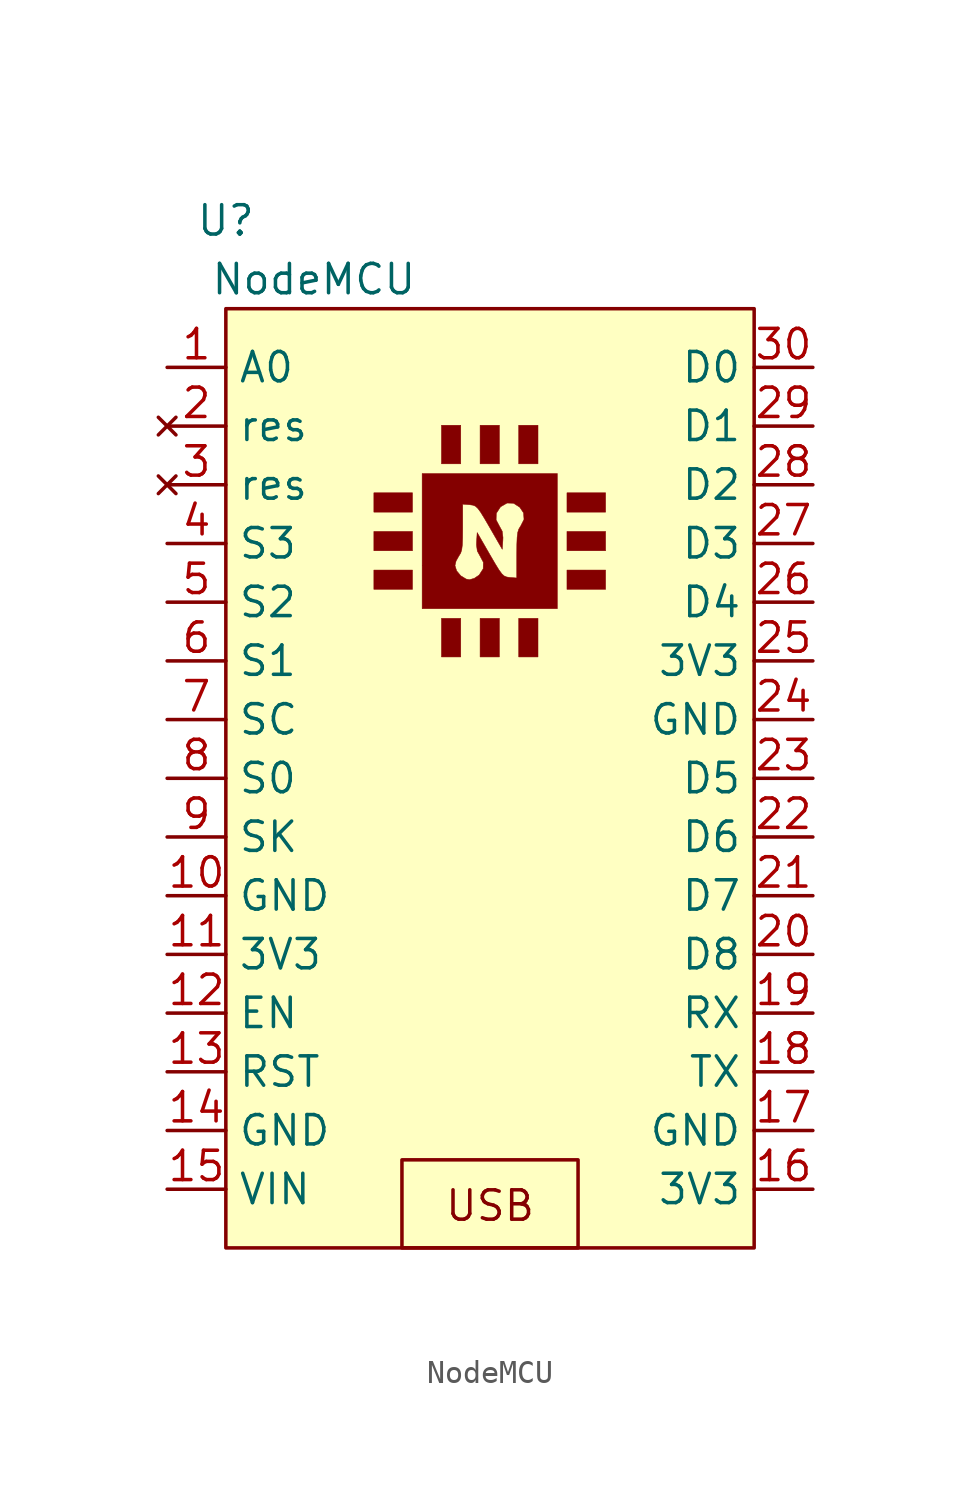
<source format=kicad_sym>
(kicad_symbol_lib
  (version 20220914)
  (generator kicad_symbol_editor)
  (symbol "NodeMCU"
    (property "Reference" "U"
      (at -11.43 24.13 0)
      (effects (font (size 1.27 1.27))))
    (property "Value" "NodeMCU"
      (at -7.62 21.59 0)
      (effects (font (size 1.27 1.27))))
    (symbol "NodeMCU_0_0"
      (polyline (pts (xy -3.354 8.593) (xy -3.354 9.011) (xy -4.189 9.011) (xy -5.025 9.011) (xy -5.025 8.593) (xy -5.025 8.175) (xy -4.189 8.175) (xy -3.354 8.175) (xy -3.354 8.593)) (stroke (width 0.01) (type default)) (fill (type outline)))
      (polyline (pts (xy -3.354 10.264) (xy -3.354 10.682) (xy -4.189 10.682) (xy -5.025 10.682) (xy -5.025 10.264) (xy -5.025 9.846) (xy -4.189 9.846) (xy -3.354 9.846) (xy -3.354 10.264)) (stroke (width 0.01) (type default)) (fill (type outline)))
      (polyline (pts (xy -3.354 11.935) (xy -3.354 12.353) (xy -4.189 12.353) (xy -5.025 12.353) (xy -5.025 11.935) (xy -5.025 11.517) (xy -4.189 11.517) (xy -3.354 11.517) (xy -3.354 11.935)) (stroke (width 0.01) (type default)) (fill (type outline)))
      (polyline (pts (xy -1.265 6.087) (xy -1.265 6.922) (xy -1.683 6.922) (xy -2.1 6.922) (xy -2.1 6.087) (xy -2.1 5.251) (xy -1.683 5.251) (xy -1.265 5.251) (xy -1.265 6.087)) (stroke (width 0.01) (type default)) (fill (type outline)))
      (polyline (pts (xy -1.265 14.442) (xy -1.265 15.277) (xy -1.683 15.277) (xy -2.1 15.277) (xy -2.1 14.442) (xy -2.1 13.606) (xy -1.683 13.606) (xy -1.265 13.606) (xy -1.265 14.442)) (stroke (width 0.01) (type default)) (fill (type outline)))
      (polyline (pts (xy 0.406 6.087) (xy 0.406 6.922) (xy -0.012 6.922) (xy -0.429 6.922) (xy -0.429 6.087) (xy -0.429 5.251) (xy -0.012 5.251) (xy 0.406 5.251) (xy 0.406 6.087)) (stroke (width 0.01) (type default)) (fill (type outline)))
      (polyline (pts (xy 0.406 14.442) (xy 0.406 15.277) (xy -0.012 15.277) (xy -0.429 15.277) (xy -0.429 14.442) (xy -0.429 13.606) (xy -0.012 13.606) (xy 0.406 13.606) (xy 0.406 14.442)) (stroke (width 0.01) (type default)) (fill (type outline)))
      (polyline (pts (xy 2.077 6.087) (xy 2.077 6.922) (xy 1.659 6.922) (xy 1.242 6.922) (xy 1.242 6.087) (xy 1.242 5.251) (xy 1.659 5.251) (xy 2.077 5.251) (xy 2.077 6.087)) (stroke (width 0.01) (type default)) (fill (type outline)))
      (polyline (pts (xy 2.077 14.442) (xy 2.077 15.277) (xy 1.659 15.277) (xy 1.242 15.277) (xy 1.242 14.442) (xy 1.242 13.606) (xy 1.659 13.606) (xy 2.077 13.606) (xy 2.077 14.442)) (stroke (width 0.01) (type default)) (fill (type outline)))
      (polyline (pts (xy 5.002 8.593) (xy 5.002 9.011) (xy 4.166 9.011) (xy 3.33 9.011) (xy 3.33 8.593) (xy 3.33 8.175) (xy 4.166 8.175) (xy 5.002 8.175) (xy 5.002 8.593)) (stroke (width 0.01) (type default)) (fill (type outline)))
      (polyline (pts (xy 5.002 10.264) (xy 5.002 10.682) (xy 4.166 10.682) (xy 3.33 10.682) (xy 3.33 10.264) (xy 3.33 9.846) (xy 4.166 9.846) (xy 5.002 9.846) (xy 5.002 10.264)) (stroke (width 0.01) (type default)) (fill (type outline)))
      (polyline (pts (xy 5.002 11.935) (xy 5.002 12.353) (xy 4.166 12.353) (xy 3.33 12.353) (xy 3.33 11.935) (xy 3.33 11.517) (xy 4.166 11.517) (xy 5.002 11.517) (xy 5.002 11.935)) (stroke (width 0.01) (type default)) (fill (type outline)))
      (polyline (pts (xy 2.913 10.264) (xy 2.913 13.188) (xy -0.012 13.188) (xy -2.936 13.188) (xy -2.936 10.264) (xy -2.936 9.205) (xy -1.516 9.205) (xy -1.468 9.404) (xy -1.348 9.618) (xy -1.337 9.634) (xy -1.268 9.746) (xy -1.223 9.889) (xy -1.197 10.098) (xy -1.185 10.405) (xy -1.181 10.846) (xy -1.181 11.862) (xy -0.872 11.836) (xy -0.864 11.835) (xy -0.737 11.817) (xy -0.631 11.774) (xy -0.528 11.68) (xy -0.404 11.512) (xy -0.241 11.247) (xy -0.016 10.86) (xy 0.531 9.909) (xy 0.557 10.297) (xy 0.562 10.417) (xy 0.528 10.689) (xy 0.411 10.904) (xy 0.265 11.181) (xy 0.272 11.464) (xy 0.444 11.73) (xy 0.47 11.755) (xy 0.74 11.91) (xy 1.02 11.901) (xy 1.287 11.73) (xy 1.452 11.484) (xy 1.472 11.201) (xy 1.325 10.91) (xy 1.313 10.894) (xy 1.245 10.782) (xy 1.2 10.639) (xy 1.174 10.43) (xy 1.161 10.123) (xy 1.158 9.682) (xy 1.158 8.666) (xy 0.853 8.692) (xy 0.845 8.693) (xy 0.718 8.711) (xy 0.614 8.755) (xy 0.51 8.85) (xy 0.386 9.02) (xy 0.222 9.287) (xy -0.004 9.675) (xy -0.555 10.633) (xy -0.58 10.238) (xy -0.585 10.101) (xy -0.55 9.835) (xy -0.434 9.624) (xy -0.288 9.348) (xy -0.295 9.064) (xy -0.467 8.798) (xy -0.474 8.791) (xy -0.681 8.651) (xy -0.889 8.593) (xy -1.032 8.621) (xy -1.264 8.762) (xy -1.443 8.975) (xy -1.516 9.205) (xy -2.936 9.205) (xy -2.936 7.34) (xy -0.012 7.34) (xy 2.913 7.34) (xy 2.913 10.264)) (stroke (width 0.01) (type default)) (fill (type outline))))
    (symbol "NodeMCU_1_1"
      (rectangle (start -11.43 20.32) (end 11.43 -20.32) (stroke (width 0) (type default)) (fill (type background)))
      (rectangle (start -3.81 -16.51) (end 3.81 -20.32) (stroke (width 0) (type default)) (fill (type none)))
      (text "USB" (at 0.002 -18.496 0) (effects (font (size 1.27 1.27))))
      (pin bidirectional line (at -13.97 17.78 0) (length 2.54) (name "A0" (effects (font (size 1.27 1.27)))) (number "1" (effects (font (size 1.27 1.27)))))
      (pin power_out line (at -13.97 -5.08 0) (length 2.54) (name "GND" (effects (font (size 1.27 1.27)))) (number "10" (effects (font (size 1.27 1.27)))))
      (pin power_out line (at -13.97 -7.62 0) (length 2.54) (name "3V3" (effects (font (size 1.27 1.27)))) (number "11" (effects (font (size 1.27 1.27)))))
      (pin bidirectional line (at -13.97 -10.16 0) (length 2.54) (name "EN" (effects (font (size 1.27 1.27)))) (number "12" (effects (font (size 1.27 1.27)))))
      (pin bidirectional line (at -13.97 -12.7 0) (length 2.54) (name "RST" (effects (font (size 1.27 1.27)))) (number "13" (effects (font (size 1.27 1.27)))))
      (pin power_out line (at -13.97 -15.24 0) (length 2.54) (name "GND" (effects (font (size 1.27 1.27)))) (number "14" (effects (font (size 1.27 1.27)))))
      (pin power_in line (at -13.97 -17.78 0) (length 2.54) (name "VIN" (effects (font (size 1.27 1.27)))) (number "15" (effects (font (size 1.27 1.27)))))
      (pin power_out line (at 13.97 -17.78 180) (length 2.54) (name "3V3" (effects (font (size 1.27 1.27)))) (number "16" (effects (font (size 1.27 1.27)))))
      (pin power_out line (at 13.97 -15.24 180) (length 2.54) (name "GND" (effects (font (size 1.27 1.27)))) (number "17" (effects (font (size 1.27 1.27)))))
      (pin bidirectional line (at 13.97 -12.7 180) (length 2.54) (name "TX" (effects (font (size 1.27 1.27)))) (number "18" (effects (font (size 1.27 1.27)))))
      (pin bidirectional line (at 13.97 -10.16 180) (length 2.54) (name "RX" (effects (font (size 1.27 1.27)))) (number "19" (effects (font (size 1.27 1.27)))))
      (pin no_connect line (at -13.97 15.24 0) (length 2.54) (name "res" (effects (font (size 1.27 1.27)))) (number "2" (effects (font (size 1.27 1.27)))))
      (pin bidirectional line (at 13.97 -7.62 180) (length 2.54) (name "D8" (effects (font (size 1.27 1.27)))) (number "20" (effects (font (size 1.27 1.27)))))
      (pin bidirectional line (at 13.97 -5.08 180) (length 2.54) (name "D7" (effects (font (size 1.27 1.27)))) (number "21" (effects (font (size 1.27 1.27)))))
      (pin bidirectional line (at 13.97 -2.54 180) (length 2.54) (name "D6" (effects (font (size 1.27 1.27)))) (number "22" (effects (font (size 1.27 1.27)))))
      (pin bidirectional line (at 13.97 0 180) (length 2.54) (name "D5" (effects (font (size 1.27 1.27)))) (number "23" (effects (font (size 1.27 1.27)))))
      (pin power_out line (at 13.97 2.54 180) (length 2.54) (name "GND" (effects (font (size 1.27 1.27)))) (number "24" (effects (font (size 1.27 1.27)))))
      (pin power_out line (at 13.97 5.08 180) (length 2.54) (name "3V3" (effects (font (size 1.27 1.27)))) (number "25" (effects (font (size 1.27 1.27)))))
      (pin bidirectional line (at 13.97 7.62 180) (length 2.54) (name "D4" (effects (font (size 1.27 1.27)))) (number "26" (effects (font (size 1.27 1.27)))))
      (pin bidirectional line (at 13.97 10.16 180) (length 2.54) (name "D3" (effects (font (size 1.27 1.27)))) (number "27" (effects (font (size 1.27 1.27)))))
      (pin bidirectional line (at 13.97 12.7 180) (length 2.54) (name "D2" (effects (font (size 1.27 1.27)))) (number "28" (effects (font (size 1.27 1.27)))))
      (pin bidirectional line (at 13.97 15.24 180) (length 2.54) (name "D1" (effects (font (size 1.27 1.27)))) (number "29" (effects (font (size 1.27 1.27)))))
      (pin no_connect line (at -13.97 12.7 0) (length 2.54) (name "res" (effects (font (size 1.27 1.27)))) (number "3" (effects (font (size 1.27 1.27)))))
      (pin bidirectional line (at 13.97 17.78 180) (length 2.54) (name "D0" (effects (font (size 1.27 1.27)))) (number "30" (effects (font (size 1.27 1.27)))))
      (pin bidirectional line (at -13.97 10.16 0) (length 2.54) (name "S3" (effects (font (size 1.27 1.27)))) (number "4" (effects (font (size 1.27 1.27)))))
      (pin bidirectional line (at -13.97 7.62 0) (length 2.54) (name "S2" (effects (font (size 1.27 1.27)))) (number "5" (effects (font (size 1.27 1.27)))))
      (pin bidirectional line (at -13.97 5.08 0) (length 2.54) (name "S1" (effects (font (size 1.27 1.27)))) (number "6" (effects (font (size 1.27 1.27)))))
      (pin bidirectional line (at -13.97 2.54 0) (length 2.54) (name "SC" (effects (font (size 1.27 1.27)))) (number "7" (effects (font (size 1.27 1.27)))))
      (pin bidirectional line (at -13.97 0 0) (length 2.54) (name "S0" (effects (font (size 1.27 1.27)))) (number "8" (effects (font (size 1.27 1.27)))))
      (pin bidirectional line (at -13.97 -2.54 0) (length 2.54) (name "SK" (effects (font (size 1.27 1.27)))) (number "9" (effects (font (size 1.27 1.27))))))))
</source>
